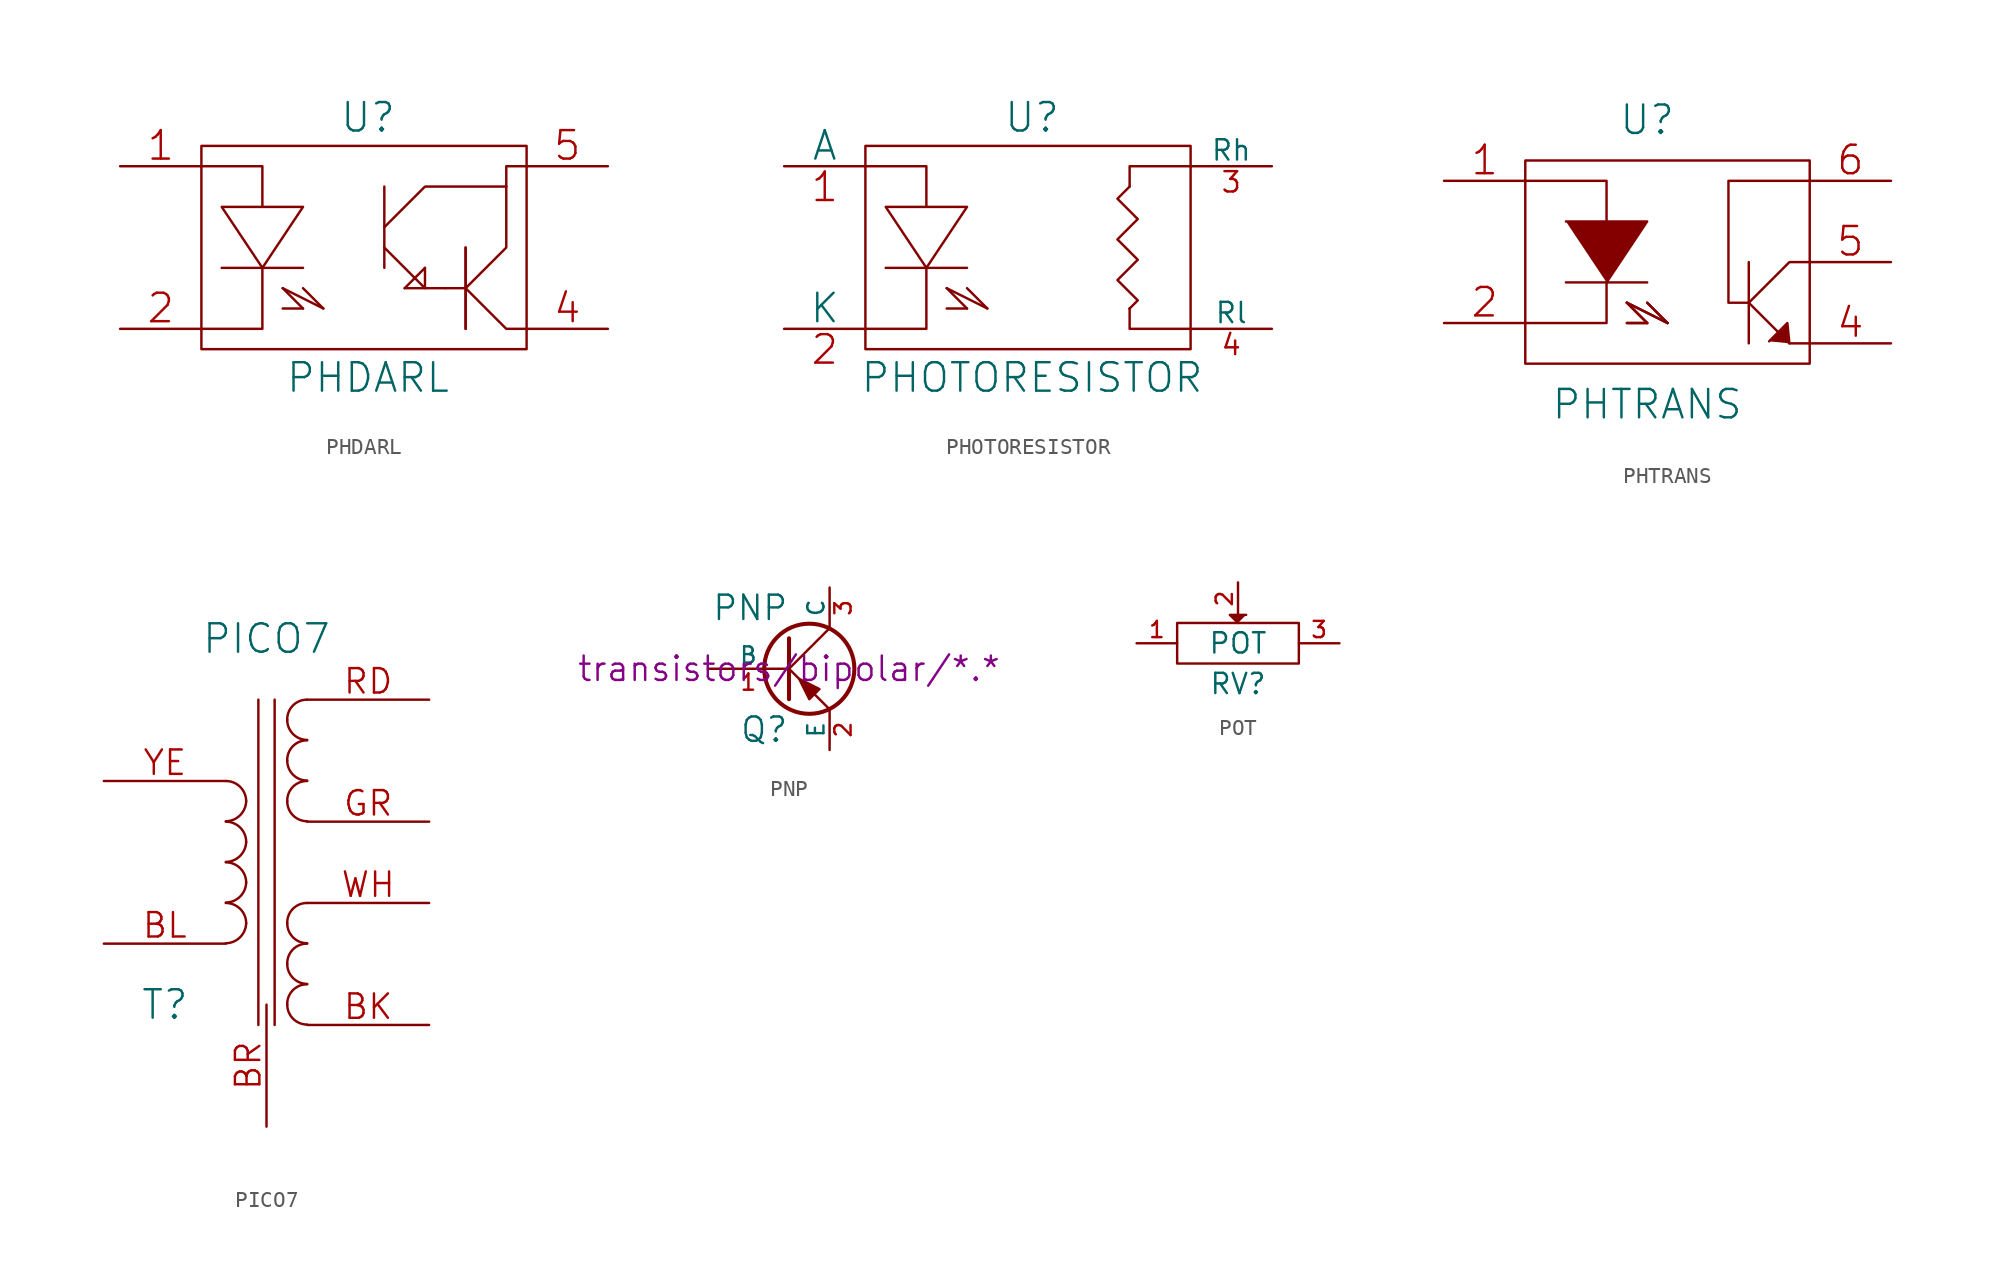
<source format=kicad_sym>
(kicad_symbol_lib
  (version 20231120)
  (generator "kicad_symbol_editor")
  (generator_version "8.0")
  (symbol "PHDARL"
    (pin_names
      (offset 0.254))
    (property "Reference" "U"
      (at 0.254 8.128 0)
      (effects (font (size 1.778 1.778))))
    (property "Value" "PHDARL"
      (at 0.254 -8.128 0)
      (effects (font (size 1.778 1.778))))
    (property "Footprint" ""
      (at 0 0 0)
      (effects (font (size 1.524 1.524))))
    (property "Datasheet" ""
      (at 0 0 0)
      (effects (font (size 1.524 1.524))))
    (symbol "PHDARL_0_0"
      (polyline (pts (xy -8.89 -1.27) (xy -3.81 -1.27)) (stroke (width 0) (type solid)) (fill (type none)))
      (polyline (pts (xy -5.08 -2.54) (xy -3.81 -3.81)) (stroke (width 0) (type solid)) (fill (type none)))
      (polyline (pts (xy -5.08 -2.54) (xy -2.54 -3.81)) (stroke (width 0) (type solid)) (fill (type none)))
      (polyline (pts (xy 1.27 3.81) (xy 1.27 -1.27)) (stroke (width 0) (type solid)) (fill (type none)))
      (polyline (pts (xy 3.81 -1.27) (xy 2.54 -2.54)) (stroke (width 0) (type solid)) (fill (type none)))
      (polyline (pts (xy 5.08 -2.54) (xy 6.35 -2.54)) (stroke (width 0) (type solid)) (fill (type none)))
      (polyline (pts (xy 6.35 0) (xy 6.35 -5.08)) (stroke (width 0) (type solid)) (fill (type none)))
      (polyline (pts (xy 6.35 0) (xy 6.35 -5.08)) (stroke (width 0) (type solid)) (fill (type none)))
      (polyline (pts (xy -3.81 -3.81) (xy -3.81 -3.81) (xy -5.08 -3.81)) (stroke (width 0) (type solid)) (fill (type none)))
      (polyline (pts (xy -3.81 -2.54) (xy -2.54 -3.81) (xy -3.81 -2.54)) (stroke (width 0) (type solid)) (fill (type none)))
      (polyline (pts (xy 1.27 1.27) (xy 3.81 3.81) (xy 8.89 3.81)) (stroke (width 0) (type solid)) (fill (type none)))
      (polyline (pts (xy 2.54 -2.54) (xy 3.81 -2.54) (xy 3.81 -1.27)) (stroke (width 0) (type solid)) (fill (type none)))
      (polyline (pts (xy 6.35 -2.54) (xy 8.89 0) (xy 8.89 3.81)) (stroke (width 0) (type solid)) (fill (type none)))
      (polyline (pts (xy -8.89 2.54) (xy -3.81 2.54) (xy -6.35 -1.27) (xy -8.89 2.54)) (stroke (width 0) (type solid)) (fill (type none)))
      (polyline (pts (xy 1.27 0) (xy 3.81 -2.54) (xy 3.81 -2.54) (xy 5.08 -2.54)) (stroke (width 0) (type solid)) (fill (type none))))
    (symbol "PHDARL_0_1"
      (rectangle (start -10.16 6.35) (end 10.16 -6.35) (stroke (width 0) (type solid)) (fill (type none)))
      (polyline (pts (xy -10.16 -5.08) (xy -6.35 -5.08) (xy -6.35 -1.27)) (stroke (width 0) (type solid)) (fill (type none)))
      (polyline (pts (xy -10.16 5.08) (xy -6.35 5.08) (xy -6.35 2.54)) (stroke (width 0) (type solid)) (fill (type none)))
      (polyline (pts (xy 6.35 -2.54) (xy 8.89 -5.08) (xy 10.16 -5.08)) (stroke (width 0) (type solid)) (fill (type none)))
      (polyline (pts (xy 8.89 3.81) (xy 8.89 5.08) (xy 10.16 5.08)) (stroke (width 0) (type solid)) (fill (type none))))
    (symbol "PHDARL_1_1"
      (pin input line (at -15.24 5.08 0) (length 5.08) (name "~" (effects (font (size 1.778 1.778)))) (number "1" (effects (font (size 1.778 1.778)))))
      (pin input line (at -15.24 -5.08 0) (length 5.08) (name "~" (effects (font (size 1.778 1.778)))) (number "2" (effects (font (size 1.778 1.778)))))
      (pin open_emitter line (at 15.24 -5.08 180) (length 5.08) (name "~" (effects (font (size 1.778 1.778)))) (number "4" (effects (font (size 1.778 1.778)))))
      (pin open_collector line (at 15.24 5.08 180) (length 5.08) (name "~" (effects (font (size 1.778 1.778)))) (number "5" (effects (font (size 1.778 1.778)))))))
  (symbol "PHOTORESISTOR"
    (pin_names
      (offset 0))
    (property "Reference" "U"
      (at 0.254 8.128 0)
      (effects (font (size 1.778 1.778))))
    (property "Value" "PHOTORESISTOR"
      (at 0.254 -8.128 0)
      (effects (font (size 1.778 1.778))))
    (property "Footprint" ""
      (at 0 0 0)
      (effects (font (size 1.524 1.524))))
    (property "Datasheet" ""
      (at 0 0 0)
      (effects (font (size 1.524 1.524))))
    (symbol "PHOTORESISTOR_0_0"
      (polyline (pts (xy -8.89 -1.27) (xy -3.81 -1.27)) (stroke (width 0) (type solid)) (fill (type none)))
      (polyline (pts (xy -5.08 -2.54) (xy -3.81 -3.81)) (stroke (width 0) (type solid)) (fill (type none)))
      (polyline (pts (xy -5.08 -2.54) (xy -2.54 -3.81)) (stroke (width 0) (type solid)) (fill (type none)))
      (polyline (pts (xy -3.81 -3.81) (xy -3.81 -3.81) (xy -5.08 -3.81)) (stroke (width 0) (type solid)) (fill (type none)))
      (polyline (pts (xy -3.81 -2.54) (xy -2.54 -3.81) (xy -3.81 -2.54)) (stroke (width 0) (type solid)) (fill (type none)))
      (polyline (pts (xy -8.89 2.54) (xy -3.81 2.54) (xy -6.35 -1.27) (xy -8.89 2.54)) (stroke (width 0) (type solid)) (fill (type none))))
    (symbol "PHOTORESISTOR_0_1"
      (rectangle (start -10.16 6.35) (end 10.16 -6.35) (stroke (width 0) (type solid)) (fill (type none)))
      (polyline (pts (xy 6.35 -3.81) (xy 6.35 -3.81)) (stroke (width 0) (type solid)) (fill (type none)))
      (polyline (pts (xy -10.16 -5.08) (xy -6.35 -5.08) (xy -6.35 -1.27)) (stroke (width 0) (type solid)) (fill (type none)))
      (polyline (pts (xy -10.16 5.08) (xy -6.35 5.08) (xy -6.35 2.54)) (stroke (width 0) (type solid)) (fill (type none)))
      (polyline (pts (xy 10.16 -5.08) (xy 6.35 -5.08) (xy 6.35 -3.81) (xy 6.35 -3.81)) (stroke (width 0) (type solid)) (fill (type none)))
      (polyline (pts (xy 10.16 5.08) (xy 6.35 5.08) (xy 6.35 3.81) (xy 6.35 3.81) (xy 6.35 3.81)) (stroke (width 0) (type solid)) (fill (type none)))
      (polyline (pts (xy 6.35 3.81) (xy 5.588 3.048) (xy 6.858 1.778) (xy 5.588 0.508) (xy 6.858 -0.762) (xy 5.588 -2.032) (xy 6.858 -3.302) (xy 6.35 -3.81) (xy 6.35 -3.81) (xy 6.35 -3.81)) (stroke (width 0) (type solid)) (fill (type none))))
    (symbol "PHOTORESISTOR_1_1"
      (pin input line (at -15.24 5.08 0) (length 5.08) (name "A" (effects (font (size 1.778 1.778)))) (number "1" (effects (font (size 1.778 1.778)))))
      (pin input line (at -15.24 -5.08 0) (length 5.08) (name "K" (effects (font (size 1.778 1.778)))) (number "2" (effects (font (size 1.778 1.778)))))
      (pin passive line (at 15.24 5.08 180) (length 5.08) (name "Rh" (effects (font (size 1.27 1.27)))) (number "3" (effects (font (size 1.27 1.27)))))
      (pin passive line (at 15.24 -5.08 180) (length 5.08) (name "Rl" (effects (font (size 1.27 1.27)))) (number "4" (effects (font (size 1.27 1.27)))))))
  (symbol "PHTRANS"
    (pin_names
      (offset 0.254))
    (property "Reference" "U"
      (at -1.27 8.89 0)
      (effects (font (size 1.778 1.778))))
    (property "Value" "PHTRANS"
      (at -1.27 -8.89 0)
      (effects (font (size 1.778 1.778))))
    (property "Footprint" ""
      (at 0 0 0)
      (effects (font (size 1.524 1.524))))
    (property "Datasheet" ""
      (at 0 0 0)
      (effects (font (size 1.524 1.524))))
    (symbol "PHTRANS_0_0"
      (polyline (pts (xy -6.35 -1.27) (xy -1.27 -1.27)) (stroke (width 0) (type solid)) (fill (type none)))
      (polyline (pts (xy -2.54 -2.54) (xy -1.27 -3.81)) (stroke (width 0) (type solid)) (fill (type none)))
      (polyline (pts (xy -2.54 -2.54) (xy -1.27 -3.81)) (stroke (width 0) (type solid)) (fill (type none)))
      (polyline (pts (xy -2.54 -2.54) (xy 0 -3.81)) (stroke (width 0) (type solid)) (fill (type none)))
      (polyline (pts (xy -2.54 -2.54) (xy 0 -3.81)) (stroke (width 0) (type solid)) (fill (type none)))
      (polyline (pts (xy -1.27 -3.81) (xy -1.27 -3.81) (xy -2.54 -3.81)) (stroke (width 0) (type solid)) (fill (type none)))
      (polyline (pts (xy -1.27 -3.81) (xy -1.27 -3.81) (xy -2.54 -3.81)) (stroke (width 0) (type solid)) (fill (type none)))
      (polyline (pts (xy -1.27 -2.54) (xy 0 -3.81) (xy -1.27 -2.54)) (stroke (width 0) (type solid)) (fill (type none)))
      (polyline (pts (xy -1.27 -2.54) (xy 0 -3.81) (xy -1.27 -2.54)) (stroke (width 0) (type solid)) (fill (type none))))
    (symbol "PHTRANS_0_1"
      (polyline (pts (xy 5.08 0) (xy 5.08 -5.08)) (stroke (width 0) (type solid)) (fill (type none)))
      (polyline (pts (xy -8.89 5.08) (xy -3.81 5.08) (xy -3.81 2.54)) (stroke (width 0) (type solid)) (fill (type none)))
      (polyline (pts (xy -6.35 2.54) (xy -1.27 2.54) (xy -3.81 -1.27)) (stroke (width 0) (type solid)) (fill (type outline)))
      (polyline (pts (xy -3.81 -1.27) (xy -3.81 -3.81) (xy -8.89 -3.81)) (stroke (width 0) (type solid)) (fill (type none)))
      (polyline (pts (xy 5.08 -2.54) (xy 7.62 -5.08) (xy 8.89 -5.08)) (stroke (width 0) (type solid)) (fill (type none)))
      (polyline (pts (xy 5.08 -2.54) (xy 7.62 0) (xy 8.89 0)) (stroke (width 0) (type solid)) (fill (type none)))
      (polyline (pts (xy 7.62 -5.08) (xy 7.493 -3.81) (xy 6.35 -4.953)) (stroke (width 0) (type solid)) (fill (type outline)))
      (polyline (pts (xy 5.08 -2.54) (xy 3.81 -2.54) (xy 3.81 5.08) (xy 8.89 5.08)) (stroke (width 0) (type solid)) (fill (type none)))
      (rectangle (start 8.89 -6.35) (end -8.89 6.35) (stroke (width 0) (type solid)) (fill (type none))))
    (symbol "PHTRANS_1_1"
      (pin input line (at -13.97 5.08 0) (length 5.08) (name "~" (effects (font (size 1.778 1.778)))) (number "1" (effects (font (size 1.778 1.778)))))
      (pin input line (at -13.97 -3.81 0) (length 5.08) (name "~" (effects (font (size 1.778 1.778)))) (number "2" (effects (font (size 1.778 1.778)))))
      (pin input line (at 13.97 -5.08 180) (length 5.08) (name "~" (effects (font (size 1.778 1.778)))) (number "4" (effects (font (size 1.778 1.778)))))
      (pin input line (at 13.97 0 180) (length 5.08) (name "~" (effects (font (size 1.778 1.778)))) (number "5" (effects (font (size 1.778 1.778)))))
      (pin input line (at 13.97 5.08 180) (length 5.08) (name "~" (effects (font (size 1.778 1.778)))) (number "6" (effects (font (size 1.778 1.778)))))))
  (symbol "PICO7"
    (pin_names
      (offset 1.016) hide)
    (property "Reference" "T"
      (at -6.35 -8.89 0)
      (effects (font (size 1.778 1.778))))
    (property "Value" "PICO7"
      (at 0 13.97 0)
      (effects (font (size 1.778 1.778))))
    (property "Footprint" ""
      (at 0 0 0)
      (effects (font (size 1.524 1.524))))
    (property "Datasheet" ""
      (at 0 0 0)
      (effects (font (size 1.524 1.524))))
    (symbol "PICO7_0_1"
      (arc (start -2.54 -5.0546) (mid -1.6599 -4.6901) (end -1.27 -3.81) (stroke (width 0) (type solid)) (fill (type none)))
      (arc (start -2.54 -2.5146) (mid -1.6599 -2.1501) (end -1.27 -1.27) (stroke (width 0) (type solid)) (fill (type none)))
      (arc (start -2.54 0.0254) (mid -1.6599 0.3899) (end -1.27 1.27) (stroke (width 0) (type solid)) (fill (type none)))
      (arc (start -2.54 2.5654) (mid -1.6599 2.9299) (end -1.27 3.81) (stroke (width 0) (type solid)) (fill (type none)))
      (arc (start -1.27 -3.81) (mid -1.642 -2.912) (end -2.54 -2.54) (stroke (width 0) (type solid)) (fill (type none)))
      (arc (start -1.27 -1.27) (mid -1.642 -0.372) (end -2.54 0) (stroke (width 0) (type solid)) (fill (type none)))
      (arc (start -1.27 1.27) (mid -1.642 2.168) (end -2.54 2.54) (stroke (width 0) (type solid)) (fill (type none)))
      (arc (start -1.27 3.81) (mid -1.642 4.708) (end -2.54 5.08) (stroke (width 0) (type solid)) (fill (type none)))
      (polyline (pts (xy -0.508 -10.16) (xy -0.508 10.16)) (stroke (width 0) (type solid)) (fill (type none)))
      (polyline (pts (xy 0.508 10.16) (xy 0.508 -10.16)) (stroke (width 0) (type solid)) (fill (type none)))
      (arc (start 1.2954 -8.89) (mid 1.6599 -9.7701) (end 2.54 -10.1346) (stroke (width 0) (type solid)) (fill (type none)))
      (arc (start 1.2954 -6.35) (mid 1.6599 -7.2301) (end 2.54 -7.5946) (stroke (width 0) (type solid)) (fill (type none)))
      (arc (start 1.2954 -3.81) (mid 1.6599 -4.6901) (end 2.54 -5.0546) (stroke (width 0) (type solid)) (fill (type none)))
      (arc (start 1.2954 3.81) (mid 1.6599 2.9299) (end 2.54 2.5654) (stroke (width 0) (type solid)) (fill (type none)))
      (arc (start 1.2954 6.35) (mid 1.6599 5.4699) (end 2.54 5.1054) (stroke (width 0) (type solid)) (fill (type none)))
      (arc (start 1.2954 8.89) (mid 1.6599 8.0099) (end 2.54 7.6454) (stroke (width 0) (type solid)) (fill (type none)))
      (arc (start 2.54 -7.62) (mid 1.642 -7.992) (end 1.2954 -8.89) (stroke (width 0) (type solid)) (fill (type none)))
      (arc (start 2.54 -5.08) (mid 1.642 -5.452) (end 1.2954 -6.35) (stroke (width 0) (type solid)) (fill (type none)))
      (arc (start 2.54 -2.54) (mid 1.642 -2.912) (end 1.2954 -3.81) (stroke (width 0) (type solid)) (fill (type none)))
      (arc (start 2.54 5.08) (mid 1.642 4.708) (end 1.2954 3.81) (stroke (width 0) (type solid)) (fill (type none)))
      (arc (start 2.54 7.62) (mid 1.642 7.248) (end 1.2954 6.35) (stroke (width 0) (type solid)) (fill (type none)))
      (arc (start 2.54 10.16) (mid 1.642 9.788) (end 1.2954 8.89) (stroke (width 0) (type solid)) (fill (type none))))
    (symbol "PICO7_1_1"
      (pin passive line (at 10.16 -10.16 180) (length 7.62) (name "SD" (effects (font (size 1.524 1.524)))) (number "BK" (effects (font (size 1.524 1.524)))))
      (pin passive line (at -10.16 -5.08 0) (length 7.62) (name "AB" (effects (font (size 1.524 1.524)))) (number "BL" (effects (font (size 1.524 1.524)))))
      (pin passive line (at 0 -16.51 90) (length 7.62) (name "~" (effects (font (size 1.524 1.524)))) (number "BR" (effects (font (size 1.524 1.524)))))
      (pin passive line (at 10.16 2.54 180) (length 7.62) (name "SB" (effects (font (size 1.524 1.524)))) (number "GR" (effects (font (size 1.524 1.524)))))
      (pin passive line (at 10.16 10.16 180) (length 7.62) (name "SA" (effects (font (size 1.524 1.524)))) (number "RD" (effects (font (size 1.524 1.524)))))
      (pin passive line (at 10.16 -2.54 180) (length 7.62) (name "SC" (effects (font (size 1.524 1.524)))) (number "WH" (effects (font (size 1.524 1.524)))))
      (pin passive line (at -10.16 5.08 0) (length 7.62) (name "AA" (effects (font (size 1.524 1.524)))) (number "YE" (effects (font (size 1.524 1.524)))))))
  (symbol "PNP"
    (pin_names
      (offset 0))
    (property "Reference" "Q"
      (at 0 -3.81 0)
      (effects (font (size 1.524 1.524)) (justify right)))
    (property "Value" "PNP"
      (at 0 3.81 0)
      (effects (font (size 1.524 1.524)) (justify right)))
    (property "Footprint" ""
      (at 0 0 0)
      (effects (font (size 1.524 1.524))))
    (property "Datasheet" "transistors/bipolar/*.*"
      (at 0 0 0)
      (effects (font (size 1.524 1.524))))
    (symbol "PNP_0_1"
      (polyline (pts (xy 0 0) (xy 2.54 2.54)) (stroke (width 0) (type solid)) (fill (type none)))
      (polyline (pts (xy 0 1.905) (xy 0 -1.905) (xy 0 -1.905)) (stroke (width 0.254) (type solid)) (fill (type outline)))
      (polyline (pts (xy 0.635 -0.635) (xy 0 0) (xy 0 0)) (stroke (width 0) (type solid)) (fill (type none)))
      (polyline (pts (xy 2.54 -2.54) (xy 1.651 -1.651) (xy 1.651 -1.651)) (stroke (width 0) (type solid)) (fill (type none)))
      (polyline (pts (xy 0.635 -0.635) (xy 1.27 -1.905) (xy 1.905 -1.27) (xy 0.635 -0.635) (xy 0.635 -0.635)) (stroke (width 0) (type solid)) (fill (type outline)))
      (circle (center 1.27 0) (radius 2.819) (stroke (width 0.254) (type solid)) (fill (type none))))
    (symbol "PNP_1_1"
      (pin input line (at -5.08 0 0) (length 5.08) (name "B" (effects (font (size 1.016 1.016)))) (number "1" (effects (font (size 1.016 1.016)))))
      (pin passive line (at 2.54 -5.08 90) (length 2.54) (name "E" (effects (font (size 1.016 1.016)))) (number "2" (effects (font (size 1.016 1.016)))))
      (pin passive line (at 2.54 5.08 270) (length 2.54) (name "C" (effects (font (size 1.016 1.016)))) (number "3" (effects (font (size 1.016 1.016)))))))
  (symbol "POT"
    (pin_names
      (offset 1.016) hide)
    (property "Reference" "RV"
      (at 0 -2.54 0)
      (effects (font (size 1.27 1.27))))
    (property "Value" "POT"
      (at 0 0 0)
      (effects (font (size 1.27 1.27))))
    (property "Footprint" ""
      (at 0 0 0)
      (effects (font (size 1.524 1.524))))
    (property "Datasheet" ""
      (at 0 0 0)
      (effects (font (size 1.524 1.524))))
    (symbol "POT_0_1"
      (rectangle (start -3.81 1.27) (end 3.81 -1.27) (stroke (width 0) (type solid)) (fill (type none)))
      (polyline (pts (xy 0 1.27) (xy -0.508 1.778) (xy 0.508 1.778)) (stroke (width 0) (type solid)) (fill (type outline))))
    (symbol "POT_1_1"
      (pin passive line (at -6.35 0 0) (length 2.54) (name "1" (effects (font (size 1.016 1.016)))) (number "1" (effects (font (size 1.016 1.016)))))
      (pin passive line (at 0 3.81 270) (length 2.032) (name "2" (effects (font (size 1.016 1.016)))) (number "2" (effects (font (size 1.016 1.016)))))
      (pin passive line (at 6.35 0 180) (length 2.54) (name "3" (effects (font (size 1.016 1.016)))) (number "3" (effects (font (size 1.016 1.016))))))))
</source>
